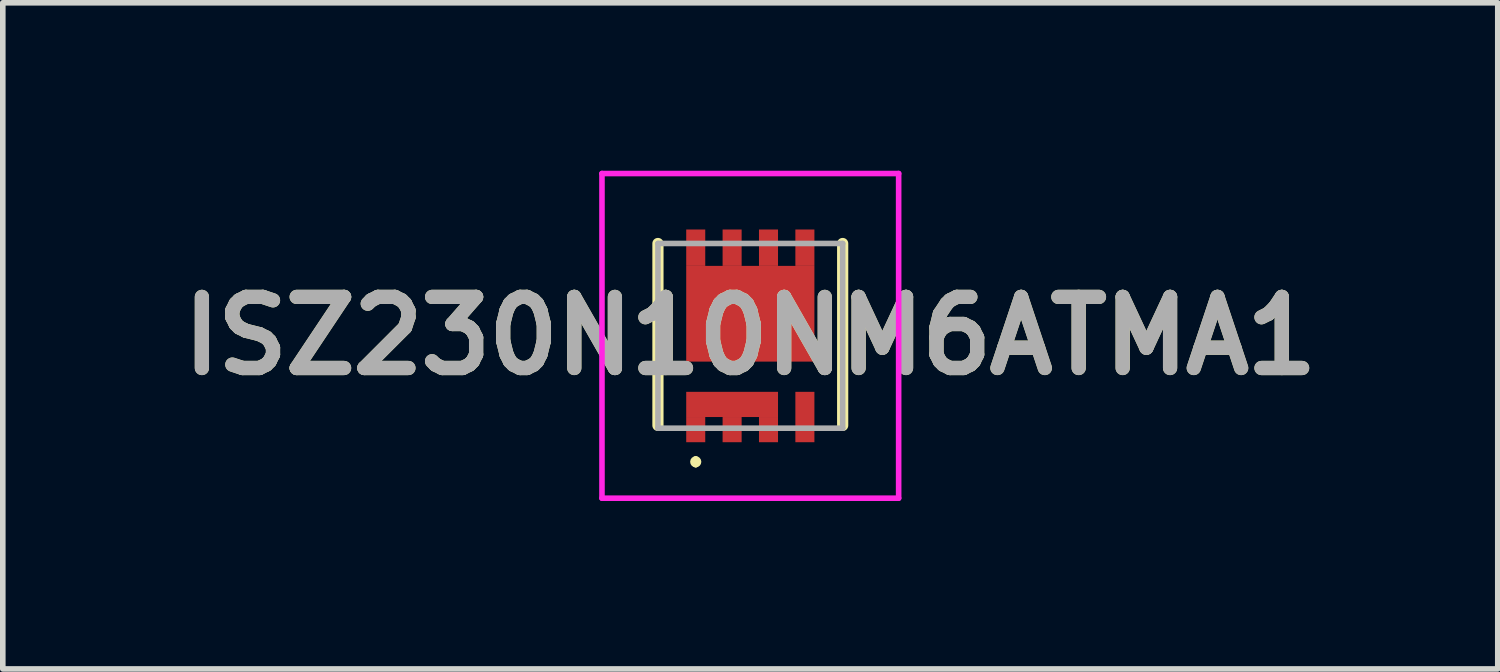
<source format=kicad_pcb>
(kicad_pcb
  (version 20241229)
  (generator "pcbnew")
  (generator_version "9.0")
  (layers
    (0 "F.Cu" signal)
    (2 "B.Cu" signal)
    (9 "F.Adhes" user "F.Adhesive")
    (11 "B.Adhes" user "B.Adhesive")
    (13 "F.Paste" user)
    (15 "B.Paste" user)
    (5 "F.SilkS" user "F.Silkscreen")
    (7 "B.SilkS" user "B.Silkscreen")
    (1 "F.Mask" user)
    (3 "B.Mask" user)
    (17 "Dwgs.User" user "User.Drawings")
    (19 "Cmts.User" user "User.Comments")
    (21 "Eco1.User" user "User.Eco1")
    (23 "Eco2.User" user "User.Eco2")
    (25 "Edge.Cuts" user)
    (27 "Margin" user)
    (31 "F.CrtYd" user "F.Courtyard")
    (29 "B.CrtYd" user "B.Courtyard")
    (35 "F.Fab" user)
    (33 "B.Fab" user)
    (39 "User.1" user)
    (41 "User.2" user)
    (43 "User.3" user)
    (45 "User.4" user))
  (footprint "ISZ230N10NM6ATMA1"
    (layer "F.Cu")
    (at 10.354 2.95)
    (property "Reference" "ISZ230N10NM6ATMA1" (at 0 0 0) (layer "F.SilkS") (effects (font (size 1.27 1.27) (thickness 0.254))))
    (attr smd)
    (fp_line (start -1.65 -1.65) (end -1.65 1.6) (stroke (width 0.2) (type solid)) (layer "F.SilkS"))
    (fp_line (start -0.975 2.2) (end -0.975 2.2) (stroke (width 0.1) (type solid)) (layer "F.SilkS"))
    (fp_line (start -0.975 2.3) (end -0.975 2.3) (stroke (width 0.1) (type solid)) (layer "F.SilkS"))
    (fp_line (start 1.65 -1.65) (end 1.65 1.6) (stroke (width 0.2) (type solid)) (layer "F.SilkS"))
    (fp_arc (start -0.975 2.2) (mid -0.925 2.25) (end -0.975 2.3) (stroke (width 0.1) (type solid)) (layer "F.SilkS"))
    (fp_arc (start -0.975 2.3) (mid -1.025 2.25) (end -0.975 2.2) (stroke (width 0.1) (type solid)) (layer "F.SilkS"))
    (fp_line (start -2.65 -2.9) (end 2.65 -2.9) (stroke (width 0.1) (type solid)) (layer "F.CrtYd"))
    (fp_line (start -2.65 2.9) (end -2.65 -2.9) (stroke (width 0.1) (type solid)) (layer "F.CrtYd"))
    (fp_line (start 2.65 -2.9) (end 2.65 2.9) (stroke (width 0.1) (type solid)) (layer "F.CrtYd"))
    (fp_line (start 2.65 2.9) (end -2.65 2.9) (stroke (width 0.1) (type solid)) (layer "F.CrtYd"))
    (fp_line (start -1.65 -1.65) (end 1.65 -1.65) (stroke (width 0.1) (type solid)) (layer "F.Fab"))
    (fp_line (start -1.65 1.65) (end -1.65 -1.65) (stroke (width 0.1) (type solid)) (layer "F.Fab"))
    (fp_line (start 1.65 -1.65) (end 1.65 1.65) (stroke (width 0.1) (type solid)) (layer "F.Fab"))
    (fp_line (start 1.65 1.65) (end -1.65 1.65) (stroke (width 0.1) (type solid)) (layer "F.Fab"))
    (fp_text user "${REFERENCE}" (at 0 0 0) (layer "F.Fab") (effects (font (size 1.27 1.27) (thickness 0.254))))
    (pad "1" smd rect (at -0.975 1.675) (size 0.34 0.45) (layers "F.Cu" "F.Mask" "F.Paste"))
    (pad "2" smd rect (at -0.325 1.675) (size 0.34 0.45) (layers "F.Cu" "F.Mask" "F.Paste"))
    (pad "3" smd rect (at 0.325 1.675) (size 0.34 0.45) (layers "F.Cu" "F.Mask" "F.Paste"))
    (pad "4" smd rect (at 0.975 1.45) (size 0.34 0.9) (layers "F.Cu" "F.Mask" "F.Paste"))
    (pad "5" smd rect (at 0.975 -1.575) (size 0.34 0.65) (layers "F.Cu" "F.Mask" "F.Paste"))
    (pad "6" smd rect (at 0.325 -1.575) (size 0.34 0.65) (layers "F.Cu" "F.Mask" "F.Paste"))
    (pad "7" smd rect (at -0.325 -1.575) (size 0.34 0.65) (layers "F.Cu" "F.Mask" "F.Paste"))
    (pad "8" smd rect (at -0.975 -1.575) (size 0.34 0.65) (layers "F.Cu" "F.Mask" "F.Paste"))
    (pad "9" smd rect (at 0 -0.395 90) (size 1.71 2.29) (layers "F.Cu" "F.Mask" "F.Paste"))
    (pad "10" smd rect (at -0.325 1.225 90) (size 0.45 1.64) (layers "F.Cu" "F.Mask" "F.Paste")))
  (gr_rect
    (start -3 -3)
    (end 23.707 8.9)
    (stroke (width 0.1) (type default))
    (fill no)
    (layer "Edge.Cuts")))
</source>
